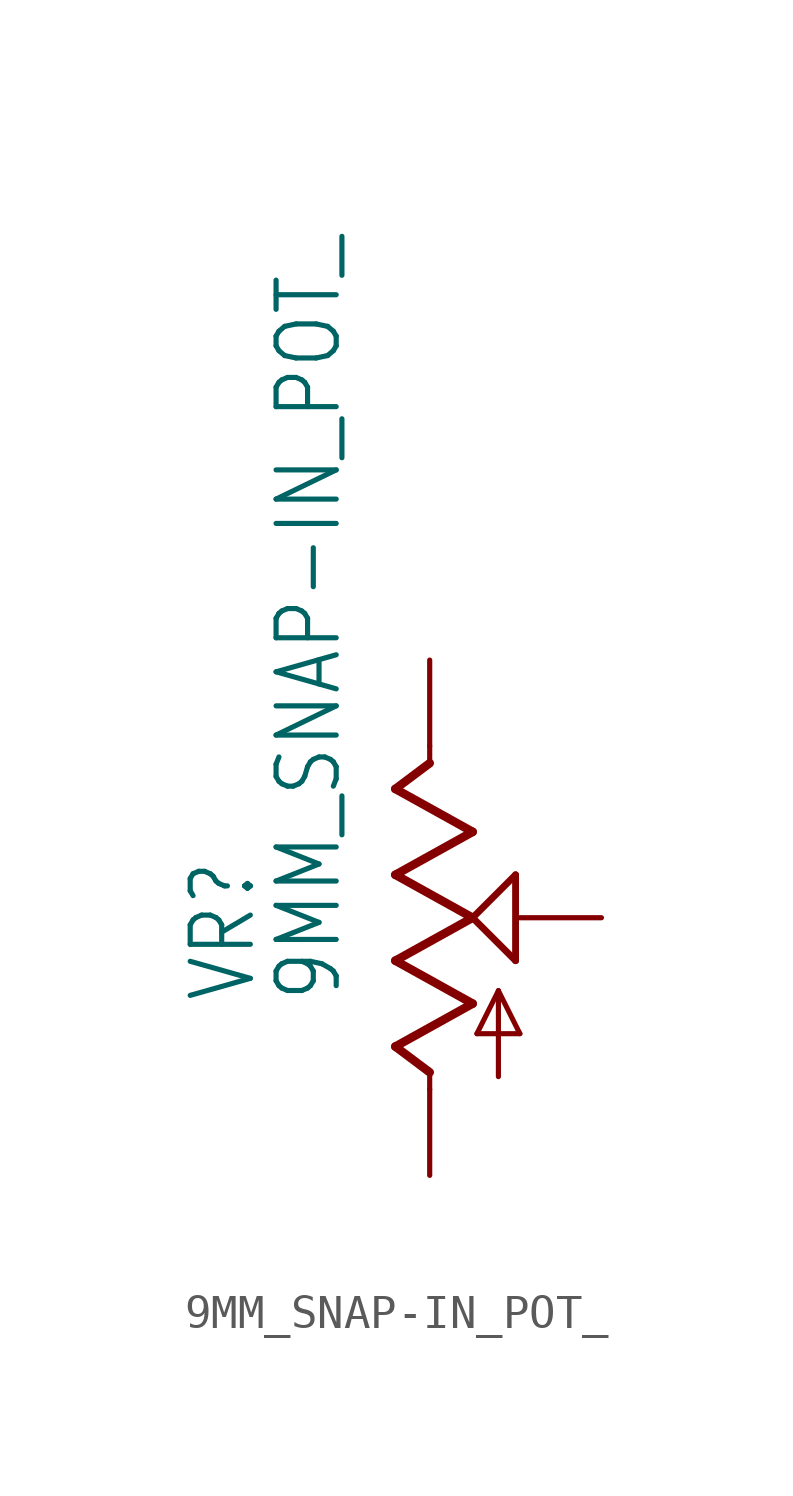
<source format=kicad_sym>
(kicad_symbol_lib
  (version 20211014)
  (generator kicad_symbol_editor)
  (symbol "9MM_SNAP-IN_POT_"
    (property "Reference" "VR"
      (at -5.08 -2.54 90)
      (effects (font (size 1.778 1.511)) (justify left bottom)))
    (property "Value" "9MM_SNAP-IN_POT_"
      (at -2.54 -2.54 90)
      (effects (font (size 1.778 1.511)) (justify left bottom)))
    (property "ki_locked" ""
      (at 0 0 0)
      (effects (font (size 1.27 1.27))))
    (symbol "9MM_SNAP-IN_POT__1_0"
      (polyline (pts (xy -1.016 -3.81) (xy 1.27 -2.54)) (stroke (width 0.254) (type default) (color 0 0 0 0)) (fill (type none)))
      (polyline (pts (xy -1.016 -1.27) (xy 1.27 0)) (stroke (width 0.254) (type default) (color 0 0 0 0)) (fill (type none)))
      (polyline (pts (xy -1.016 1.27) (xy 1.27 2.54)) (stroke (width 0.254) (type default) (color 0 0 0 0)) (fill (type none)))
      (polyline (pts (xy -1.016 3.81) (xy 0 4.572)) (stroke (width 0.254) (type default) (color 0 0 0 0)) (fill (type none)))
      (polyline (pts (xy 0 -5.08) (xy 0 -4.572)) (stroke (width 0.152) (type default) (color 0 0 0 0)) (fill (type none)))
      (polyline (pts (xy 0 -4.572) (xy -1.016 -3.81)) (stroke (width 0.254) (type default) (color 0 0 0 0)) (fill (type none)))
      (polyline (pts (xy 0 4.572) (xy 0 5.08)) (stroke (width 0.152) (type default) (color 0 0 0 0)) (fill (type none)))
      (polyline (pts (xy 1.27 -2.54) (xy -1.016 -1.27)) (stroke (width 0.254) (type default) (color 0 0 0 0)) (fill (type none)))
      (polyline (pts (xy 1.27 0) (xy -1.016 1.27)) (stroke (width 0.254) (type default) (color 0 0 0 0)) (fill (type none)))
      (polyline (pts (xy 1.27 0) (xy 2.54 1.27)) (stroke (width 0.203) (type default) (color 0 0 0 0)) (fill (type none)))
      (polyline (pts (xy 1.27 2.54) (xy -1.016 3.81)) (stroke (width 0.254) (type default) (color 0 0 0 0)) (fill (type none)))
      (polyline (pts (xy 1.397 -3.429) (xy 2.032 -2.159)) (stroke (width 0.152) (type default) (color 0 0 0 0)) (fill (type none)))
      (polyline (pts (xy 2.032 -4.699) (xy 2.032 -2.159)) (stroke (width 0.152) (type default) (color 0 0 0 0)) (fill (type none)))
      (polyline (pts (xy 2.032 -2.159) (xy 2.667 -3.429)) (stroke (width 0.152) (type default) (color 0 0 0 0)) (fill (type none)))
      (polyline (pts (xy 2.54 -1.27) (xy 1.27 0)) (stroke (width 0.203) (type default) (color 0 0 0 0)) (fill (type none)))
      (polyline (pts (xy 2.54 1.27) (xy 2.54 -1.27)) (stroke (width 0.203) (type default) (color 0 0 0 0)) (fill (type none)))
      (polyline (pts (xy 2.667 -3.429) (xy 1.397 -3.429)) (stroke (width 0.152) (type default) (color 0 0 0 0)) (fill (type none)))
      (pin passive line (at 0 -7.62 90) (length 2.54) (name "A" (effects (font (size 0 0)))) (number "1" (effects (font (size 0 0)))))
      (pin passive line (at 5.08 0 180) (length 2.54) (name "S" (effects (font (size 0 0)))) (number "2" (effects (font (size 0 0)))))
      (pin passive line (at 0 7.62 270) (length 2.54) (name "E" (effects (font (size 0 0)))) (number "3" (effects (font (size 0 0))))))))
</source>
